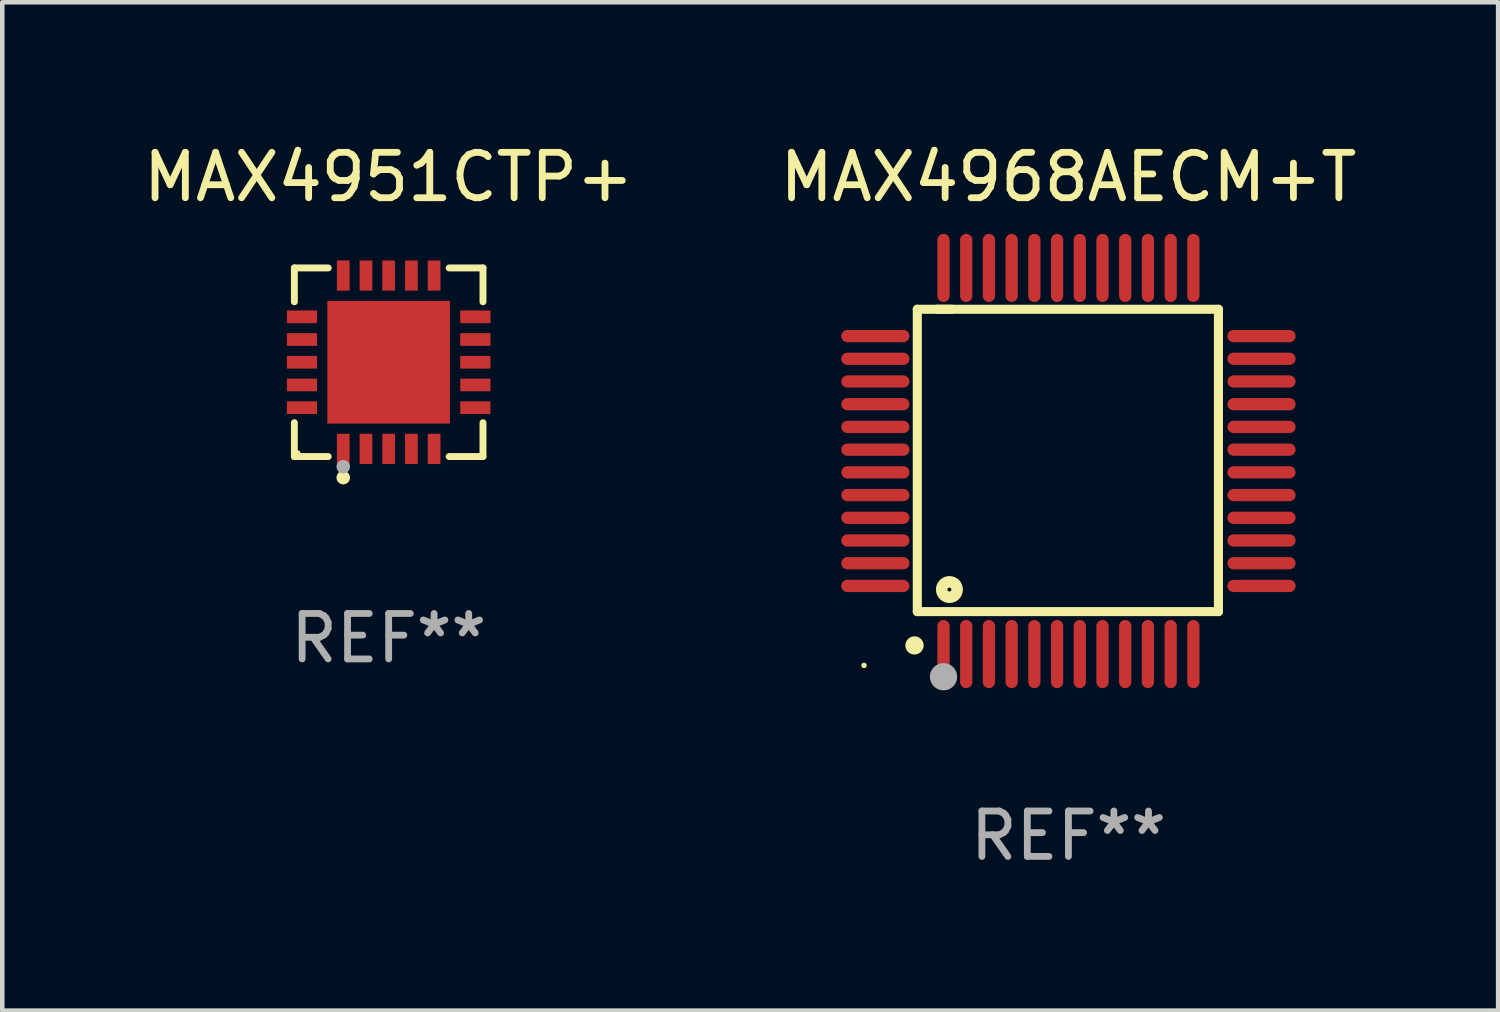
<source format=kicad_pcb>
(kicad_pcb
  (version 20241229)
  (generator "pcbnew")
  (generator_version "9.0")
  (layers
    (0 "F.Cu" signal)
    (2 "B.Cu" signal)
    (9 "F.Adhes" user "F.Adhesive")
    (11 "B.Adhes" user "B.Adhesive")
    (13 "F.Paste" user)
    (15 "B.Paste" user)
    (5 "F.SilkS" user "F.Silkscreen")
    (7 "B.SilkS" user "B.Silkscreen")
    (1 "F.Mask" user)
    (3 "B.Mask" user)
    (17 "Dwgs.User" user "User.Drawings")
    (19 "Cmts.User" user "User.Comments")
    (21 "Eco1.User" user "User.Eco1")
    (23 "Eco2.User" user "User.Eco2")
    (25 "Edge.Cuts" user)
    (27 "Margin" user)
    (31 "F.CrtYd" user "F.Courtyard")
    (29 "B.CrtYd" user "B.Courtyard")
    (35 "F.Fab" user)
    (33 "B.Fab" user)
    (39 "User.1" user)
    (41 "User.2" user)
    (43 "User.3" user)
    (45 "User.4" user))
  (footprint "MAX4968AECM+T"
    (layer "F.Cu")
    (at 20.47 7.098)
    (property "Reference" "MAX4968AECM+T" (at 0 -6.25 0) (layer "F.SilkS") (effects (font (size 1 1) (thickness 0.15))))
    (attr through_hole)
    (fp_line (start -3.327 -3.34) (end -2.565 -3.34) (stroke (width 0.2) (type solid)) (layer "F.SilkS"))
    (fp_line (start -3.327 3.315) (end -3.327 -3.34) (stroke (width 0.2) (type solid)) (layer "F.SilkS"))
    (fp_line (start -2.896 -3.34) (end 3.302 -3.34) (stroke (width 0.2) (type solid)) (layer "F.SilkS"))
    (fp_line (start 3.302 -3.34) (end 3.302 3.315) (stroke (width 0.2) (type solid)) (layer "F.SilkS"))
    (fp_line (start 3.302 3.315) (end -3.327 3.315) (stroke (width 0.2) (type solid)) (layer "F.SilkS"))
    (fp_arc (start -3.389992 4.059995) (mid -3.388722 4.059991) (end -3.387452 4.059995) (stroke (width 0.4) (type solid)) (layer "F.SilkS"))
    (fp_circle (center -4.5 4.5) (end -4.47 4.5) (stroke (width 0.06) (type solid)) (fill no) (layer "F.SilkS"))
    (fp_circle (center -2.62 2.83) (end -2.45 2.83) (stroke (width 0.254) (type solid)) (fill no) (layer "F.SilkS"))
    (fp_circle (center -2.75 4.75) (end -2.6 4.75) (stroke (width 0.3) (type solid)) (fill no) (layer "F.Fab"))
    (fp_text user "REF**" (at 0 8.25 0) (layer "F.Fab") (effects (font (size 1 1) (thickness 0.15))))
    (pad "1" smd oval (at -2.75 4.25) (size 0.27 1.5) (layers "F.Cu" "F.Mask" "F.Paste"))
    (pad "2" smd oval (at -2.25 4.25) (size 0.27 1.5) (layers "F.Cu" "F.Mask" "F.Paste"))
    (pad "3" smd oval (at -1.75 4.25) (size 0.27 1.5) (layers "F.Cu" "F.Mask" "F.Paste"))
    (pad "4" smd oval (at -1.25 4.25) (size 0.27 1.5) (layers "F.Cu" "F.Mask" "F.Paste"))
    (pad "5" smd oval (at -0.75 4.25) (size 0.27 1.5) (layers "F.Cu" "F.Mask" "F.Paste"))
    (pad "6" smd oval (at -0.25 4.25) (size 0.27 1.5) (layers "F.Cu" "F.Mask" "F.Paste"))
    (pad "7" smd oval (at 0.25 4.25) (size 0.27 1.5) (layers "F.Cu" "F.Mask" "F.Paste"))
    (pad "8" smd oval (at 0.75 4.25) (size 0.27 1.5) (layers "F.Cu" "F.Mask" "F.Paste"))
    (pad "9" smd oval (at 1.25 4.25) (size 0.27 1.5) (layers "F.Cu" "F.Mask" "F.Paste"))
    (pad "10" smd oval (at 1.75 4.25) (size 0.27 1.5) (layers "F.Cu" "F.Mask" "F.Paste"))
    (pad "11" smd oval (at 2.25 4.25) (size 0.27 1.5) (layers "F.Cu" "F.Mask" "F.Paste"))
    (pad "12" smd oval (at 2.75 4.25) (size 0.27 1.5) (layers "F.Cu" "F.Mask" "F.Paste"))
    (pad "13" smd oval (at 4.25 2.75) (size 1.5 0.27) (layers "F.Cu" "F.Mask" "F.Paste"))
    (pad "14" smd oval (at 4.25 2.25) (size 1.5 0.27) (layers "F.Cu" "F.Mask" "F.Paste"))
    (pad "15" smd oval (at 4.25 1.75) (size 1.5 0.27) (layers "F.Cu" "F.Mask" "F.Paste"))
    (pad "16" smd oval (at 4.25 1.25) (size 1.5 0.27) (layers "F.Cu" "F.Mask" "F.Paste"))
    (pad "17" smd oval (at 4.25 0.75) (size 1.5 0.27) (layers "F.Cu" "F.Mask" "F.Paste"))
    (pad "18" smd oval (at 4.25 0.25) (size 1.5 0.27) (layers "F.Cu" "F.Mask" "F.Paste"))
    (pad "19" smd oval (at 4.25 -0.25) (size 1.5 0.27) (layers "F.Cu" "F.Mask" "F.Paste"))
    (pad "20" smd oval (at 4.25 -0.75) (size 1.5 0.27) (layers "F.Cu" "F.Mask" "F.Paste"))
    (pad "21" smd oval (at 4.25 -1.25) (size 1.5 0.27) (layers "F.Cu" "F.Mask" "F.Paste"))
    (pad "22" smd oval (at 4.25 -1.75) (size 1.5 0.27) (layers "F.Cu" "F.Mask" "F.Paste"))
    (pad "23" smd oval (at 4.25 -2.25) (size 1.5 0.27) (layers "F.Cu" "F.Mask" "F.Paste"))
    (pad "24" smd oval (at 4.25 -2.75) (size 1.5 0.27) (layers "F.Cu" "F.Mask" "F.Paste"))
    (pad "25" smd oval (at 2.75 -4.25) (size 0.27 1.5) (layers "F.Cu" "F.Mask" "F.Paste"))
    (pad "26" smd oval (at 2.25 -4.25) (size 0.27 1.5) (layers "F.Cu" "F.Mask" "F.Paste"))
    (pad "27" smd oval (at 1.75 -4.25) (size 0.27 1.5) (layers "F.Cu" "F.Mask" "F.Paste"))
    (pad "28" smd oval (at 1.25 -4.25) (size 0.27 1.5) (layers "F.Cu" "F.Mask" "F.Paste"))
    (pad "29" smd oval (at 0.75 -4.25) (size 0.27 1.5) (layers "F.Cu" "F.Mask" "F.Paste"))
    (pad "30" smd oval (at 0.25 -4.25) (size 0.27 1.5) (layers "F.Cu" "F.Mask" "F.Paste"))
    (pad "31" smd oval (at -0.25 -4.25) (size 0.27 1.5) (layers "F.Cu" "F.Mask" "F.Paste"))
    (pad "32" smd oval (at -0.75 -4.25) (size 0.27 1.5) (layers "F.Cu" "F.Mask" "F.Paste"))
    (pad "33" smd oval (at -1.25 -4.25) (size 0.27 1.5) (layers "F.Cu" "F.Mask" "F.Paste"))
    (pad "34" smd oval (at -1.75 -4.25) (size 0.27 1.5) (layers "F.Cu" "F.Mask" "F.Paste"))
    (pad "35" smd oval (at -2.25 -4.25) (size 0.27 1.5) (layers "F.Cu" "F.Mask" "F.Paste"))
    (pad "36" smd oval (at -2.75 -4.25) (size 0.27 1.5) (layers "F.Cu" "F.Mask" "F.Paste"))
    (pad "37" smd oval (at -4.25 -2.75) (size 1.5 0.27) (layers "F.Cu" "F.Mask" "F.Paste"))
    (pad "38" smd oval (at -4.25 -2.25) (size 1.5 0.27) (layers "F.Cu" "F.Mask" "F.Paste"))
    (pad "39" smd oval (at -4.25 -1.75) (size 1.5 0.27) (layers "F.Cu" "F.Mask" "F.Paste"))
    (pad "40" smd oval (at -4.25 -1.25) (size 1.5 0.27) (layers "F.Cu" "F.Mask" "F.Paste"))
    (pad "41" smd oval (at -4.25 -0.75) (size 1.5 0.27) (layers "F.Cu" "F.Mask" "F.Paste"))
    (pad "42" smd oval (at -4.25 -0.25) (size 1.5 0.27) (layers "F.Cu" "F.Mask" "F.Paste"))
    (pad "43" smd oval (at -4.25 0.25) (size 1.5 0.27) (layers "F.Cu" "F.Mask" "F.Paste"))
    (pad "44" smd oval (at -4.25 0.75) (size 1.5 0.27) (layers "F.Cu" "F.Mask" "F.Paste"))
    (pad "45" smd oval (at -4.25 1.25) (size 1.5 0.27) (layers "F.Cu" "F.Mask" "F.Paste"))
    (pad "46" smd oval (at -4.25 1.75) (size 1.5 0.27) (layers "F.Cu" "F.Mask" "F.Paste"))
    (pad "47" smd oval (at -4.25 2.25) (size 1.5 0.27) (layers "F.Cu" "F.Mask" "F.Paste"))
    (pad "48" smd oval (at -4.25 2.75) (size 1.5 0.27) (layers "F.Cu" "F.Mask" "F.Paste")))
  (footprint "MAX4951CTP+"
    (layer "F.Cu")
    (at 5.506 4.924)
    (property "Reference" "MAX4951CTP+" (at 0 -4.076 0) (layer "F.SilkS") (effects (font (size 1 1) (thickness 0.15))))
    (attr through_hole)
    (fp_line (start -2.076 -2.076) (end -1.331 -2.076) (stroke (width 0.152) (type solid)) (layer "F.SilkS"))
    (fp_line (start -2.076 -1.331) (end -2.076 -2.076) (stroke (width 0.152) (type solid)) (layer "F.SilkS"))
    (fp_line (start -2.076 1.331) (end -2.076 2.076) (stroke (width 0.152) (type solid)) (layer "F.SilkS"))
    (fp_line (start -2.076 2.076) (end -1.331 2.076) (stroke (width 0.152) (type solid)) (layer "F.SilkS"))
    (fp_line (start 2.076 -2.076) (end 1.331 -2.076) (stroke (width 0.152) (type solid)) (layer "F.SilkS"))
    (fp_line (start 2.076 -1.331) (end 2.076 -2.076) (stroke (width 0.152) (type solid)) (layer "F.SilkS"))
    (fp_line (start 2.076 1.331) (end 2.076 2.076) (stroke (width 0.152) (type solid)) (layer "F.SilkS"))
    (fp_line (start 2.076 2.076) (end 1.331 2.076) (stroke (width 0.152) (type solid)) (layer "F.SilkS"))
    (fp_circle (center -2 2) (end -1.97 2) (stroke (width 0.06) (type solid)) (fill no) (layer "F.SilkS"))
    (fp_circle (center -1 2.54) (end -0.925 2.54) (stroke (width 0.15) (type solid)) (fill no) (layer "F.SilkS"))
    (fp_circle (center -1 2.3) (end -0.925 2.3) (stroke (width 0.15) (type solid)) (fill no) (layer "F.Fab"))
    (fp_text user "REF**" (at 0 6.076 0) (layer "F.Fab") (effects (font (size 1 1) (thickness 0.15))))
    (pad "1" smd rect (at -1 1.908) (size 0.28 0.665) (layers "F.Cu" "F.Mask" "F.Paste"))
    (pad "2" smd rect (at -0.5 1.908) (size 0.28 0.665) (layers "F.Cu" "F.Mask" "F.Paste"))
    (pad "3" smd rect (at 0 1.908) (size 0.28 0.665) (layers "F.Cu" "F.Mask" "F.Paste"))
    (pad "4" smd rect (at 0.5 1.908) (size 0.28 0.665) (layers "F.Cu" "F.Mask" "F.Paste"))
    (pad "5" smd rect (at 1 1.908) (size 0.28 0.665) (layers "F.Cu" "F.Mask" "F.Paste"))
    (pad "6" smd rect (at 1.908 1) (size 0.665 0.28) (layers "F.Cu" "F.Mask" "F.Paste"))
    (pad "7" smd rect (at 1.908 0.5) (size 0.665 0.28) (layers "F.Cu" "F.Mask" "F.Paste"))
    (pad "8" smd rect (at 1.908 0) (size 0.665 0.28) (layers "F.Cu" "F.Mask" "F.Paste"))
    (pad "9" smd rect (at 1.908 -0.5) (size 0.665 0.28) (layers "F.Cu" "F.Mask" "F.Paste"))
    (pad "10" smd rect (at 1.908 -1) (size 0.665 0.28) (layers "F.Cu" "F.Mask" "F.Paste"))
    (pad "11" smd rect (at 1 -1.908) (size 0.28 0.665) (layers "F.Cu" "F.Mask" "F.Paste"))
    (pad "12" smd rect (at 0.5 -1.908) (size 0.28 0.665) (layers "F.Cu" "F.Mask" "F.Paste"))
    (pad "13" smd rect (at 0 -1.908) (size 0.28 0.665) (layers "F.Cu" "F.Mask" "F.Paste"))
    (pad "14" smd rect (at -0.5 -1.908) (size 0.28 0.665) (layers "F.Cu" "F.Mask" "F.Paste"))
    (pad "15" smd rect (at -1 -1.908) (size 0.28 0.665) (layers "F.Cu" "F.Mask" "F.Paste"))
    (pad "16" smd rect (at -1.908 -1) (size 0.665 0.28) (layers "F.Cu" "F.Mask" "F.Paste"))
    (pad "17" smd rect (at -1.908 -0.5) (size 0.665 0.28) (layers "F.Cu" "F.Mask" "F.Paste"))
    (pad "18" smd rect (at -1.908 0) (size 0.665 0.28) (layers "F.Cu" "F.Mask" "F.Paste"))
    (pad "19" smd rect (at -1.908 0.5) (size 0.665 0.28) (layers "F.Cu" "F.Mask" "F.Paste"))
    (pad "20" smd rect (at -1.908 1) (size 0.665 0.28) (layers "F.Cu" "F.Mask" "F.Paste"))
    (pad "21" smd rect (at 0 0) (size 2.7 2.7) (layers "F.Cu" "F.Mask" "F.Paste")))
  (gr_rect
    (start -3 -3)
    (end 29.929 19.196)
    (stroke (width 0.1) (type default))
    (fill no)
    (layer "Edge.Cuts")))
</source>
